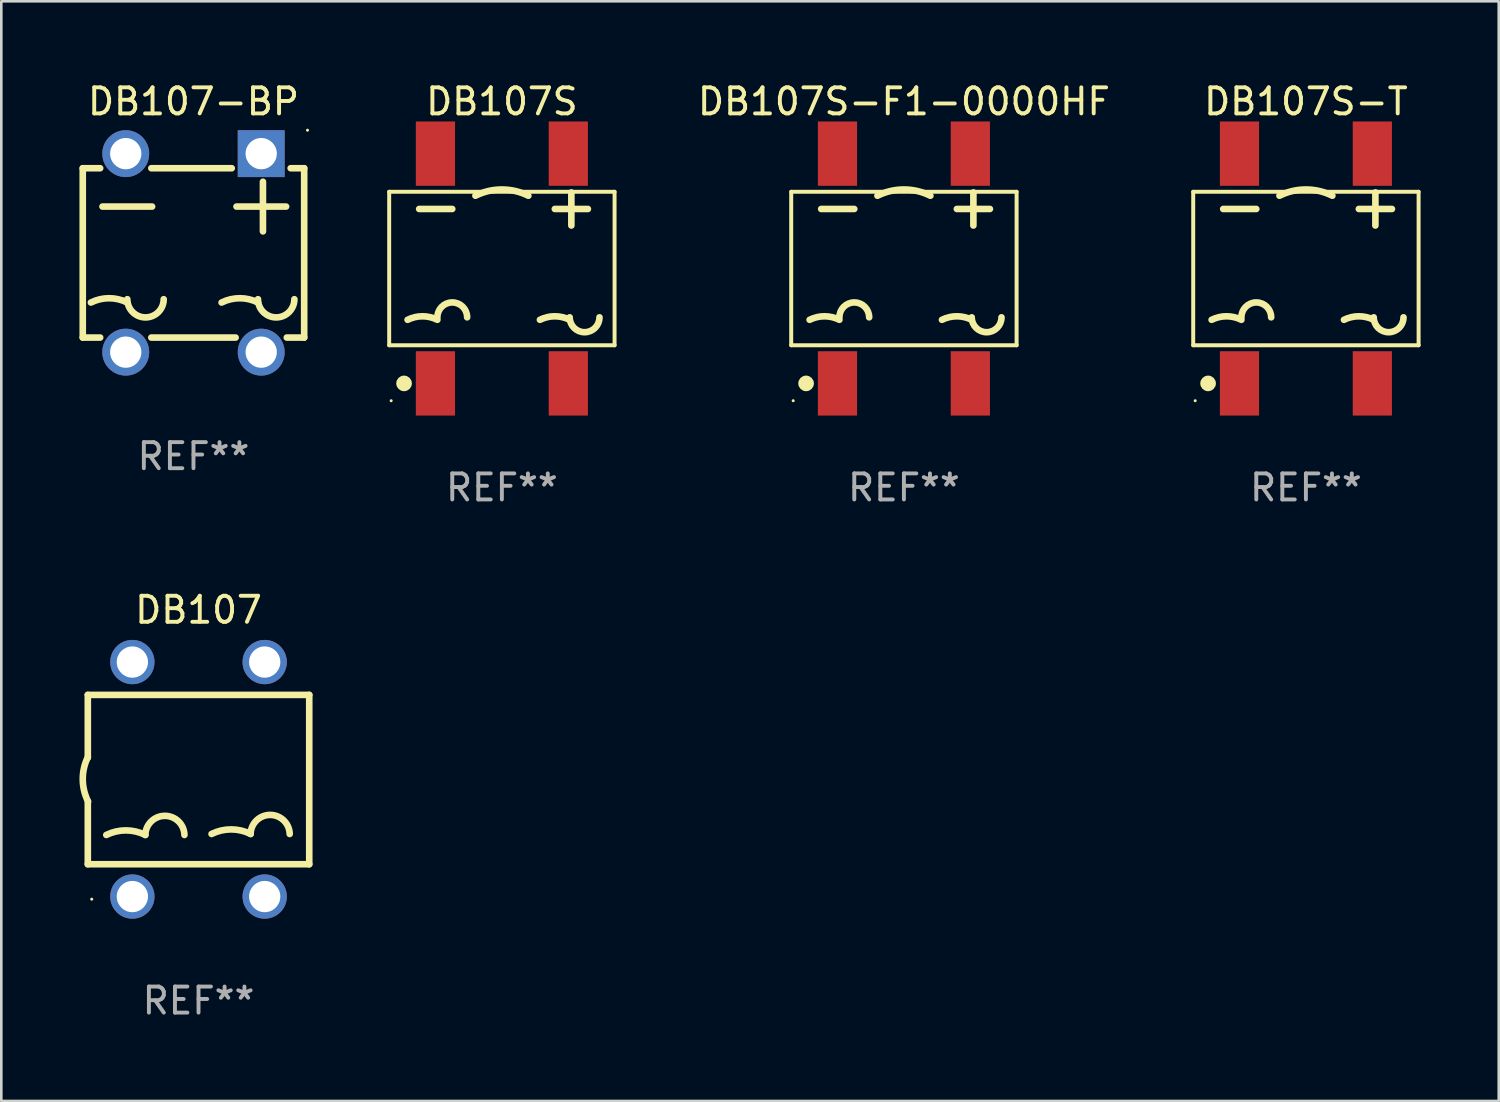
<source format=kicad_pcb>
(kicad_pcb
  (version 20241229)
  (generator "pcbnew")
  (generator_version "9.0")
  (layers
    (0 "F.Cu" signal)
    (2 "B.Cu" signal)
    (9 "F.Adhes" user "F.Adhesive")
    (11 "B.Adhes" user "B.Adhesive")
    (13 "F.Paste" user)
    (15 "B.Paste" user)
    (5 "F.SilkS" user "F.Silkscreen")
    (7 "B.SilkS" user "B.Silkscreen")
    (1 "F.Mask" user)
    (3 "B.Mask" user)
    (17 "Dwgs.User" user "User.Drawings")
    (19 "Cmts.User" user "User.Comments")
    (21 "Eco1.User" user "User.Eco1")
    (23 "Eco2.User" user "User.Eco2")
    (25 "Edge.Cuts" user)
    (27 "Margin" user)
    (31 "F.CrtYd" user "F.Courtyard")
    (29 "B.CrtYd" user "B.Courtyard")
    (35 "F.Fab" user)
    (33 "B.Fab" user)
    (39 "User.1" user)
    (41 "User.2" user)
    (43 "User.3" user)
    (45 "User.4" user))
  (footprint "DB107S"
    (layer "F.Cu")
    (at 16.216 7.258)
    (property "Reference" "DB107S" (at 0 -6.41 0) (layer "F.SilkS") (effects (font (size 1 1) (thickness 0.15))))
    (attr through_hole)
    (fp_line (start -4.326 -2.946) (end 4.326 -2.946) (stroke (width 0.152) (type solid)) (layer "F.SilkS"))
    (fp_line (start -4.326 2.946) (end -4.326 -2.946) (stroke (width 0.152) (type solid)) (layer "F.SilkS"))
    (fp_line (start -3.175 -2.286) (end -1.905 -2.286) (stroke (width 0.254) (type solid)) (layer "F.SilkS"))
    (fp_line (start 2.032 -2.286) (end 3.302 -2.286) (stroke (width 0.254) (type solid)) (layer "F.SilkS"))
    (fp_line (start 2.667 -1.651) (end 2.667 -2.921) (stroke (width 0.254) (type solid)) (layer "F.SilkS"))
    (fp_line (start 4.326 -2.946) (end 4.326 2.946) (stroke (width 0.152) (type solid)) (layer "F.SilkS"))
    (fp_line (start 4.326 2.946) (end -4.326 2.946) (stroke (width 0.152) (type solid)) (layer "F.SilkS"))
    (fp_arc (start -3.619507 1.968504) (mid -3.048006 1.833591) (end -2.476505 1.968504) (stroke (width 0.254001) (type solid)) (layer "F.SilkS"))
    (fp_arc (start -2.476505 1.873254) (mid -1.905004 1.301753) (end -1.333503 1.873254) (stroke (width 0.254001) (type solid)) (layer "F.SilkS"))
    (fp_arc (start -1.016002 -2.794006) (mid 0 -3.033852) (end 1.016002 -2.794006) (stroke (width 0.254001) (type solid)) (layer "F.SilkS"))
    (fp_arc (start 1.460503 1.968504) (mid 2.032004 1.833591) (end 2.603505 1.968504) (stroke (width 0.254001) (type solid)) (layer "F.SilkS"))
    (fp_arc (start 3.746507 1.873254) (mid 3.175006 2.444755) (end 2.603505 1.873254) (stroke (width 0.254001) (type solid)) (layer "F.SilkS"))
    (fp_circle (center -4.25 5.075) (end -4.22 5.075) (stroke (width 0.06) (type solid)) (fill no) (layer "F.SilkS"))
    (fp_circle (center -3.755 4.41) (end -3.605 4.41) (stroke (width 0.3) (type solid)) (fill no) (layer "F.SilkS"))
    (fp_text user "REF**" (at 0 8.41 0) (layer "F.Fab") (effects (font (size 1 1) (thickness 0.15))))
    (pad "1" smd rect (at -2.55 4.41 180) (size 1.505 2.47) (layers "F.Cu" "F.Mask" "F.Paste"))
    (pad "2" smd rect (at 2.55 4.41 180) (size 1.505 2.47) (layers "F.Cu" "F.Mask" "F.Paste"))
    (pad "3" smd rect (at 2.55 -4.41 180) (size 1.505 2.47) (layers "F.Cu" "F.Mask" "F.Paste"))
    (pad "4" smd rect (at -2.55 -4.41 180) (size 1.505 2.47) (layers "F.Cu" "F.Mask" "F.Paste")))
  (footprint "DB107S-T"
    (layer "F.Cu")
    (at 47.081 7.258)
    (property "Reference" "DB107S-T" (at 0 -6.41 0) (layer "F.SilkS") (effects (font (size 1 1) (thickness 0.15))))
    (attr through_hole)
    (fp_line (start -4.326 -2.946) (end 4.326 -2.946) (stroke (width 0.152) (type solid)) (layer "F.SilkS"))
    (fp_line (start -4.326 2.946) (end -4.326 -2.946) (stroke (width 0.152) (type solid)) (layer "F.SilkS"))
    (fp_line (start -3.175 -2.286) (end -1.905 -2.286) (stroke (width 0.254) (type solid)) (layer "F.SilkS"))
    (fp_line (start 2.032 -2.286) (end 3.302 -2.286) (stroke (width 0.254) (type solid)) (layer "F.SilkS"))
    (fp_line (start 2.667 -1.651) (end 2.667 -2.921) (stroke (width 0.254) (type solid)) (layer "F.SilkS"))
    (fp_line (start 4.326 -2.946) (end 4.326 2.946) (stroke (width 0.152) (type solid)) (layer "F.SilkS"))
    (fp_line (start 4.326 2.946) (end -4.326 2.946) (stroke (width 0.152) (type solid)) (layer "F.SilkS"))
    (fp_arc (start -3.619507 1.968504) (mid -3.048006 1.833591) (end -2.476505 1.968504) (stroke (width 0.254001) (type solid)) (layer "F.SilkS"))
    (fp_arc (start -2.476505 1.873254) (mid -1.905004 1.301753) (end -1.333503 1.873254) (stroke (width 0.254001) (type solid)) (layer "F.SilkS"))
    (fp_arc (start -1.016002 -2.794006) (mid 0 -3.033852) (end 1.016002 -2.794006) (stroke (width 0.254001) (type solid)) (layer "F.SilkS"))
    (fp_arc (start 1.460503 1.968504) (mid 2.032004 1.833591) (end 2.603505 1.968504) (stroke (width 0.254001) (type solid)) (layer "F.SilkS"))
    (fp_arc (start 3.746507 1.873254) (mid 3.175006 2.444755) (end 2.603505 1.873254) (stroke (width 0.254001) (type solid)) (layer "F.SilkS"))
    (fp_circle (center -4.25 5.075) (end -4.22 5.075) (stroke (width 0.06) (type solid)) (fill no) (layer "F.SilkS"))
    (fp_circle (center -3.755 4.41) (end -3.605 4.41) (stroke (width 0.3) (type solid)) (fill no) (layer "F.SilkS"))
    (fp_text user "REF**" (at 0 8.41 0) (layer "F.Fab") (effects (font (size 1 1) (thickness 0.15))))
    (pad "1" smd rect (at -2.55 4.41 180) (size 1.505 2.47) (layers "F.Cu" "F.Mask" "F.Paste"))
    (pad "2" smd rect (at 2.55 4.41 180) (size 1.505 2.47) (layers "F.Cu" "F.Mask" "F.Paste"))
    (pad "3" smd rect (at 2.55 -4.41 180) (size 1.505 2.47) (layers "F.Cu" "F.Mask" "F.Paste"))
    (pad "4" smd rect (at -2.55 -4.41 180) (size 1.505 2.47) (layers "F.Cu" "F.Mask" "F.Paste")))
  (footprint "DB107-BP"
    (layer "F.Cu")
    (at 4.377 6.658)
    (property "Reference" "DB107-BP" (at 0 -5.81 0) (layer "F.SilkS") (effects (font (size 1 1) (thickness 0.15))))
    (attr through_hole)
    (fp_line (start -4.25 -3.25) (end -3.582 -3.25) (stroke (width 0.254) (type solid)) (layer "F.SilkS"))
    (fp_line (start -4.25 3.25) (end -4.25 -3.25) (stroke (width 0.254) (type solid)) (layer "F.SilkS"))
    (fp_line (start -4.25 3.25) (end -3.582 3.25) (stroke (width 0.254) (type solid)) (layer "F.SilkS"))
    (fp_line (start -3.493 -1.778) (end -1.588 -1.778) (stroke (width 0.254) (type solid)) (layer "F.SilkS"))
    (fp_line (start -1.618 -3.25) (end 1.469 -3.25) (stroke (width 0.254) (type solid)) (layer "F.SilkS"))
    (fp_line (start -1.618 3.25) (end 1.618 3.25) (stroke (width 0.254) (type solid)) (layer "F.SilkS"))
    (fp_line (start 1.651 -1.778) (end 3.556 -1.778) (stroke (width 0.254) (type solid)) (layer "F.SilkS"))
    (fp_line (start 2.667 -0.826) (end 2.667 -2.731) (stroke (width 0.254) (type solid)) (layer "F.SilkS"))
    (fp_line (start 3.582 3.25) (end 4.25 3.25) (stroke (width 0.254) (type solid)) (layer "F.SilkS"))
    (fp_line (start 3.731 -3.25) (end 4.25 -3.25) (stroke (width 0.254) (type solid)) (layer "F.SilkS"))
    (fp_line (start 4.25 -3.25) (end 4.25 3.25) (stroke (width 0.254) (type solid)) (layer "F.SilkS"))
    (fp_arc (start -3.937008 1.905004) (mid -3.238506 1.74011) (end -2.540005 1.905004) (stroke (width 0.254001) (type solid)) (layer "F.SilkS"))
    (fp_arc (start -1.143002 1.778004) (mid -1.841504 2.476506) (end -2.540006 1.778004) (stroke (width 0.254001) (type solid)) (layer "F.SilkS"))
    (fp_arc (start 1.079502 1.905004) (mid 1.778004 1.74011) (end 2.476505 1.905004) (stroke (width 0.254001) (type solid)) (layer "F.SilkS"))
    (fp_arc (start 3.873508 1.778004) (mid 3.175006 2.476506) (end 2.476504 1.778004) (stroke (width 0.254001) (type solid)) (layer "F.SilkS"))
    (fp_circle (center 4.377 -4.71) (end 4.407 -4.71) (stroke (width 0.06) (type solid)) (fill no) (layer "F.SilkS"))
    (fp_text user "REF**" (at 0 7.81 0) (layer "F.Fab") (effects (font (size 1 1) (thickness 0.15))))
    (pad "1" thru_hole rect (at 2.6 -3.81) (size 1.8 1.8) (drill 1.2) (layers "*.Cu" "*.Mask"))
    (pad "2" thru_hole circle (at -2.6 -3.81) (size 1.8 1.8) (drill 1.2) (layers "*.Cu" "*.Mask"))
    (pad "3" thru_hole circle (at -2.6 3.81) (size 1.8 1.8) (drill 1.2) (layers "*.Cu" "*.Mask"))
    (pad "4" thru_hole circle (at 2.6 3.81) (size 1.8 1.8) (drill 1.2) (layers "*.Cu" "*.Mask")))
  (footprint "DB107S-F1-0000HF"
    (layer "F.Cu")
    (at 31.649 7.258)
    (property "Reference" "DB107S-F1-0000HF" (at 0 -6.41 0) (layer "F.SilkS") (effects (font (size 1 1) (thickness 0.15))))
    (attr through_hole)
    (fp_line (start -4.326 -2.946) (end 4.326 -2.946) (stroke (width 0.152) (type solid)) (layer "F.SilkS"))
    (fp_line (start -4.326 2.946) (end -4.326 -2.946) (stroke (width 0.152) (type solid)) (layer "F.SilkS"))
    (fp_line (start -3.175 -2.286) (end -1.905 -2.286) (stroke (width 0.254) (type solid)) (layer "F.SilkS"))
    (fp_line (start 2.032 -2.286) (end 3.302 -2.286) (stroke (width 0.254) (type solid)) (layer "F.SilkS"))
    (fp_line (start 2.667 -1.651) (end 2.667 -2.921) (stroke (width 0.254) (type solid)) (layer "F.SilkS"))
    (fp_line (start 4.326 -2.946) (end 4.326 2.946) (stroke (width 0.152) (type solid)) (layer "F.SilkS"))
    (fp_line (start 4.326 2.946) (end -4.326 2.946) (stroke (width 0.152) (type solid)) (layer "F.SilkS"))
    (fp_arc (start -3.619507 1.968504) (mid -3.048006 1.833591) (end -2.476505 1.968504) (stroke (width 0.254001) (type solid)) (layer "F.SilkS"))
    (fp_arc (start -2.476505 1.873254) (mid -1.905004 1.301753) (end -1.333503 1.873254) (stroke (width 0.254001) (type solid)) (layer "F.SilkS"))
    (fp_arc (start -1.016002 -2.794006) (mid 0 -3.033852) (end 1.016002 -2.794006) (stroke (width 0.254001) (type solid)) (layer "F.SilkS"))
    (fp_arc (start 1.460503 1.968504) (mid 2.032004 1.833591) (end 2.603505 1.968504) (stroke (width 0.254001) (type solid)) (layer "F.SilkS"))
    (fp_arc (start 3.746507 1.873254) (mid 3.175006 2.444755) (end 2.603505 1.873254) (stroke (width 0.254001) (type solid)) (layer "F.SilkS"))
    (fp_circle (center -4.25 5.075) (end -4.22 5.075) (stroke (width 0.06) (type solid)) (fill no) (layer "F.SilkS"))
    (fp_circle (center -3.755 4.41) (end -3.605 4.41) (stroke (width 0.3) (type solid)) (fill no) (layer "F.SilkS"))
    (fp_text user "REF**" (at 0 8.41 0) (layer "F.Fab") (effects (font (size 1 1) (thickness 0.15))))
    (pad "1" smd rect (at -2.55 4.41 180) (size 1.505 2.47) (layers "F.Cu" "F.Mask" "F.Paste"))
    (pad "2" smd rect (at 2.55 4.41 180) (size 1.505 2.47) (layers "F.Cu" "F.Mask" "F.Paste"))
    (pad "3" smd rect (at 2.55 -4.41 180) (size 1.505 2.47) (layers "F.Cu" "F.Mask" "F.Paste"))
    (pad "4" smd rect (at -2.55 -4.41 180) (size 1.505 2.47) (layers "F.Cu" "F.Mask" "F.Paste")))
  (footprint "DB107"
    (layer "F.Cu")
    (at 4.571 26.866)
    (property "Reference" "DB107" (at 0 -6.501 0) (layer "F.SilkS") (effects (font (size 1 1) (thickness 0.15))))
    (attr through_hole)
    (fp_line (start -4.25 -3.24) (end 4.25 -3.24) (stroke (width 0.254) (type solid)) (layer "F.SilkS"))
    (fp_line (start -4.25 -3.24) (end -4.25 -0.83) (stroke (width 0.254) (type solid)) (layer "F.SilkS"))
    (fp_line (start -4.25 0.85) (end -4.25 3.26) (stroke (width 0.254) (type solid)) (layer "F.SilkS"))
    (fp_line (start -4.25 3.26) (end 4.25 3.26) (stroke (width 0.254) (type solid)) (layer "F.SilkS"))
    (fp_line (start 4.25 -3.24) (end 4.25 3.26) (stroke (width 0.254) (type solid)) (layer "F.SilkS"))
    (fp_arc (start -4.240031 0.849885) (mid -4.444048 0.001159) (end -4.249936 -0.849886) (stroke (width 0.254001) (type solid)) (layer "F.SilkS"))
    (fp_arc (start -3.540767 2.136144) (mid -2.790196 1.960948) (end -2.039624 2.136144) (stroke (width 0.254001) (type solid)) (layer "F.SilkS"))
    (fp_arc (start -2.042165 2.136144) (mid -1.291593 1.40438) (end -0.541021 2.136144) (stroke (width 0.254001) (type solid)) (layer "F.SilkS"))
    (fp_arc (start 0.500381 2.098044) (mid 1.250953 1.922848) (end 2.001524 2.098044) (stroke (width 0.254001) (type solid)) (layer "F.SilkS"))
    (fp_arc (start 1.998983 2.098044) (mid 2.749555 1.36628) (end 3.500127 2.098044) (stroke (width 0.254001) (type solid)) (layer "F.SilkS"))
    (fp_circle (center -4.1 4.601) (end -4.07 4.601) (stroke (width 0.06) (type solid)) (fill no) (layer "F.SilkS"))
    (fp_text user "+" (at 1.598 -1.798 0) (layer "B.Mask") (effects (font (size 1 1) (thickness 0.15))))
    (fp_text user "-" (at -3.409 -1.801 0) (layer "B.Mask") (effects (font (size 1 1) (thickness 0.15))))
    (fp_text user "REF**" (at 0 8.501 0) (layer "F.Fab") (effects (font (size 1 1) (thickness 0.15))))
    (pad "1" thru_hole circle (at -2.54 4.501) (size 1.7 1.7) (drill 1.2) (layers "*.Cu" "*.Mask"))
    (pad "2" thru_hole circle (at 2.54 4.501) (size 1.7 1.7) (drill 1.2) (layers "*.Cu" "*.Mask"))
    (pad "3" thru_hole circle (at 2.54 -4.501) (size 1.7 1.7) (drill 1.2) (layers "*.Cu" "*.Mask"))
    (pad "4" thru_hole circle (at -2.54 -4.501) (size 1.7 1.7) (drill 1.2) (layers "*.Cu" "*.Mask")))
  (gr_rect
    (start -3 -3)
    (end 54.483 39.215)
    (stroke (width 0.1) (type default))
    (fill no)
    (layer "Edge.Cuts")))
</source>
